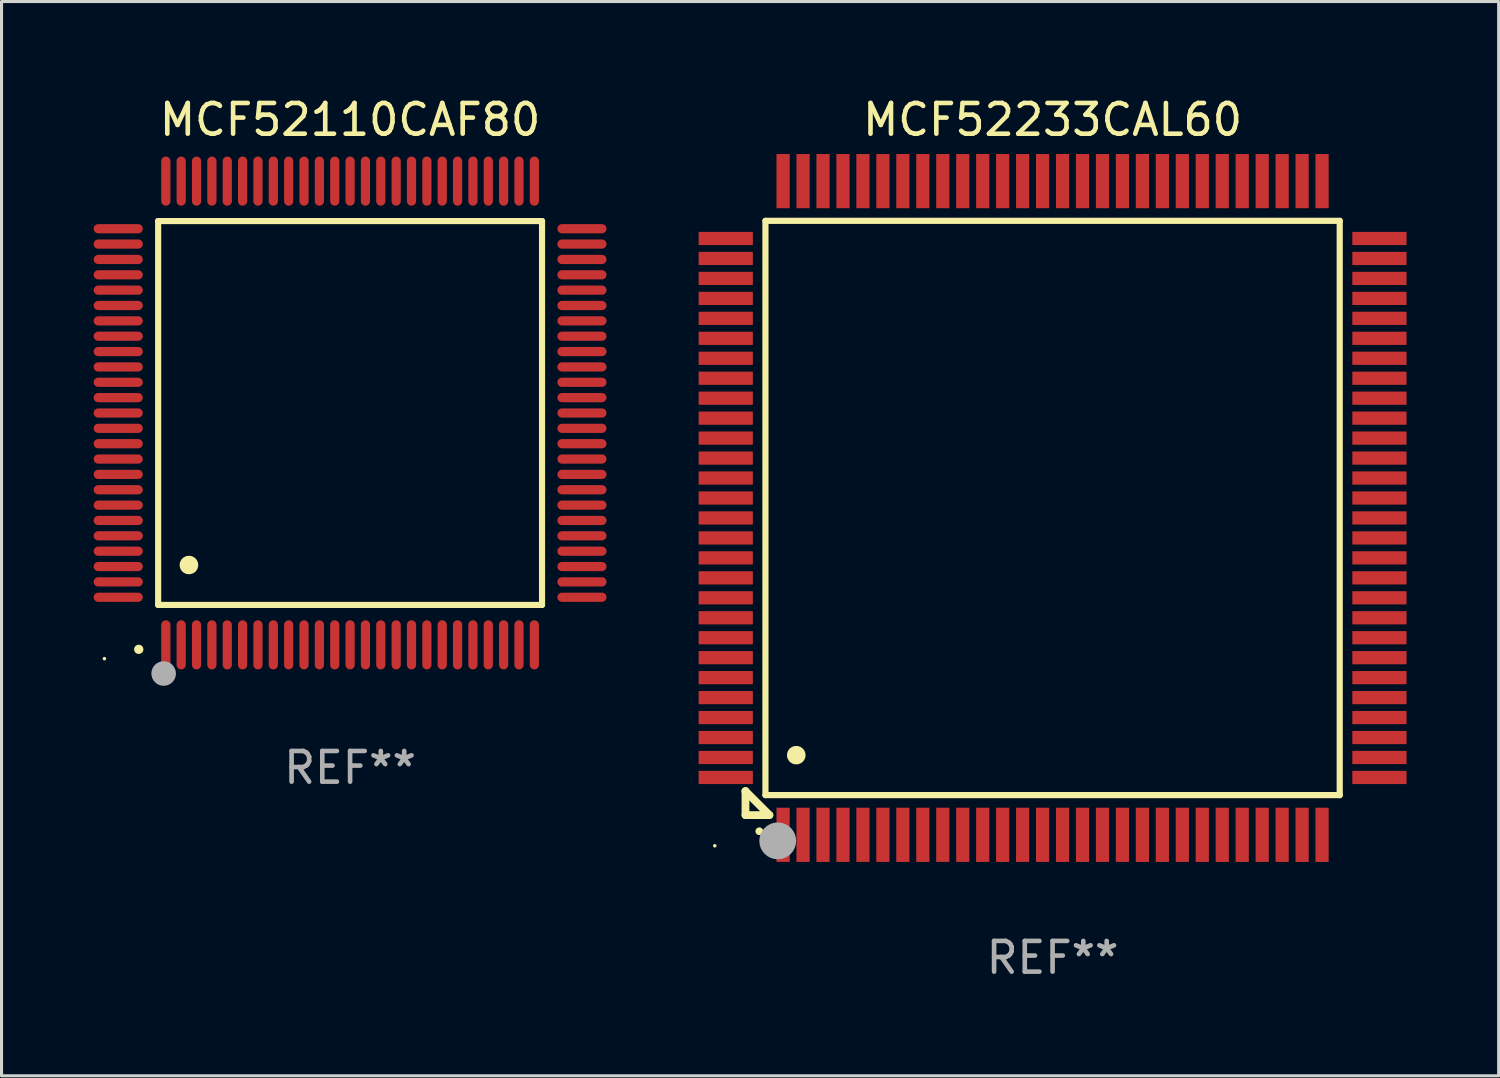
<source format=kicad_pcb>
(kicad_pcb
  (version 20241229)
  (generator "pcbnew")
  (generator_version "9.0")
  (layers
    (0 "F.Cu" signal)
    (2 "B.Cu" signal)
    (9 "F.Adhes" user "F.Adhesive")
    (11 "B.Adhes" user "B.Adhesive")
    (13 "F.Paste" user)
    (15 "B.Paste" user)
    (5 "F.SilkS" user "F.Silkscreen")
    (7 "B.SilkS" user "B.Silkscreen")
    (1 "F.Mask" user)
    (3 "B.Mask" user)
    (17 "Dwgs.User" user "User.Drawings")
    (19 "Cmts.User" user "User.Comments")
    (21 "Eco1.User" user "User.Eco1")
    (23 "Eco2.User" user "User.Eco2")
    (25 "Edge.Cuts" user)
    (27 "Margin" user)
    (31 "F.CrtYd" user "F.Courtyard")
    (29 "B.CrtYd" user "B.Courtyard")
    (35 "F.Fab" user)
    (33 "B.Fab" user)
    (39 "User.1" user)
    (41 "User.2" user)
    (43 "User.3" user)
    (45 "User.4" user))
  (footprint "MCF52110CAF80"
    (layer "F.Cu")
    (at 8.35 10.398)
    (property "Reference" "MCF52110CAF80" (at 0 -9.55 0) (layer "F.SilkS") (effects (font (size 1 1) (thickness 0.15))))
    (attr through_hole)
    (fp_line (start -6.25 -6.25) (end -6.25 6.25) (stroke (width 0.2) (type solid)) (layer "F.SilkS"))
    (fp_line (start -6.25 6.25) (end 6.25 6.25) (stroke (width 0.2) (type solid)) (layer "F.SilkS"))
    (fp_line (start 6.25 -6.25) (end -6.25 -6.25) (stroke (width 0.2) (type solid)) (layer "F.SilkS"))
    (fp_line (start 6.25 6.25) (end 6.25 -6.25) (stroke (width 0.2) (type solid)) (layer "F.SilkS"))
    (fp_arc (start -6.883414 7.696215) (mid -6.882144 7.69621) (end -6.880874 7.696215) (stroke (width 0.3) (type solid)) (layer "F.SilkS"))
    (fp_arc (start -5.250191 4.95047) (mid -5.247651 4.950459) (end -5.245111 4.95047) (stroke (width 0.6) (type solid)) (layer "F.SilkS"))
    (fp_circle (center -8 8) (end -7.97 8) (stroke (width 0.06) (type solid)) (fill no) (layer "F.SilkS"))
    (fp_circle (center -6.071 8.484) (end -5.871 8.484) (stroke (width 0.4) (type solid)) (fill no) (layer "F.Fab"))
    (fp_text user "REF**" (at 0 11.55 0) (layer "F.Fab") (effects (font (size 1 1) (thickness 0.15))))
    (pad "1" smd oval (at -6 7.55) (size 0.3 1.6) (layers "F.Cu" "F.Mask" "F.Paste"))
    (pad "2" smd oval (at -5.5 7.55) (size 0.3 1.6) (layers "F.Cu" "F.Mask" "F.Paste"))
    (pad "3" smd oval (at -5 7.55) (size 0.3 1.6) (layers "F.Cu" "F.Mask" "F.Paste"))
    (pad "4" smd oval (at -4.5 7.55) (size 0.3 1.6) (layers "F.Cu" "F.Mask" "F.Paste"))
    (pad "5" smd oval (at -4 7.55) (size 0.3 1.6) (layers "F.Cu" "F.Mask" "F.Paste"))
    (pad "6" smd oval (at -3.5 7.55) (size 0.3 1.6) (layers "F.Cu" "F.Mask" "F.Paste"))
    (pad "7" smd oval (at -3 7.55) (size 0.3 1.6) (layers "F.Cu" "F.Mask" "F.Paste"))
    (pad "8" smd oval (at -2.5 7.55) (size 0.3 1.6) (layers "F.Cu" "F.Mask" "F.Paste"))
    (pad "9" smd oval (at -2 7.55) (size 0.3 1.6) (layers "F.Cu" "F.Mask" "F.Paste"))
    (pad "10" smd oval (at -1.5 7.55) (size 0.3 1.6) (layers "F.Cu" "F.Mask" "F.Paste"))
    (pad "11" smd oval (at -1 7.55) (size 0.3 1.6) (layers "F.Cu" "F.Mask" "F.Paste"))
    (pad "12" smd oval (at -0.5 7.55) (size 0.3 1.6) (layers "F.Cu" "F.Mask" "F.Paste"))
    (pad "13" smd oval (at 0 7.55) (size 0.3 1.6) (layers "F.Cu" "F.Mask" "F.Paste"))
    (pad "14" smd oval (at 0.5 7.55) (size 0.3 1.6) (layers "F.Cu" "F.Mask" "F.Paste"))
    (pad "15" smd oval (at 1 7.55) (size 0.3 1.6) (layers "F.Cu" "F.Mask" "F.Paste"))
    (pad "16" smd oval (at 1.5 7.55) (size 0.3 1.6) (layers "F.Cu" "F.Mask" "F.Paste"))
    (pad "17" smd oval (at 2 7.55) (size 0.3 1.6) (layers "F.Cu" "F.Mask" "F.Paste"))
    (pad "18" smd oval (at 2.5 7.55) (size 0.3 1.6) (layers "F.Cu" "F.Mask" "F.Paste"))
    (pad "19" smd oval (at 3 7.55) (size 0.3 1.6) (layers "F.Cu" "F.Mask" "F.Paste"))
    (pad "20" smd oval (at 3.5 7.55) (size 0.3 1.6) (layers "F.Cu" "F.Mask" "F.Paste"))
    (pad "21" smd oval (at 4 7.55) (size 0.3 1.6) (layers "F.Cu" "F.Mask" "F.Paste"))
    (pad "22" smd oval (at 4.5 7.55) (size 0.3 1.6) (layers "F.Cu" "F.Mask" "F.Paste"))
    (pad "23" smd oval (at 5 7.55) (size 0.3 1.6) (layers "F.Cu" "F.Mask" "F.Paste"))
    (pad "24" smd oval (at 5.5 7.55) (size 0.3 1.6) (layers "F.Cu" "F.Mask" "F.Paste"))
    (pad "25" smd oval (at 6 7.55) (size 0.3 1.6) (layers "F.Cu" "F.Mask" "F.Paste"))
    (pad "26" smd oval (at 7.55 6) (size 1.6 0.3) (layers "F.Cu" "F.Mask" "F.Paste"))
    (pad "27" smd oval (at 7.55 5.5) (size 1.6 0.3) (layers "F.Cu" "F.Mask" "F.Paste"))
    (pad "28" smd oval (at 7.55 5) (size 1.6 0.3) (layers "F.Cu" "F.Mask" "F.Paste"))
    (pad "29" smd oval (at 7.55 4.5) (size 1.6 0.3) (layers "F.Cu" "F.Mask" "F.Paste"))
    (pad "30" smd oval (at 7.55 4) (size 1.6 0.3) (layers "F.Cu" "F.Mask" "F.Paste"))
    (pad "31" smd oval (at 7.55 3.5) (size 1.6 0.3) (layers "F.Cu" "F.Mask" "F.Paste"))
    (pad "32" smd oval (at 7.55 3) (size 1.6 0.3) (layers "F.Cu" "F.Mask" "F.Paste"))
    (pad "33" smd oval (at 7.55 2.5) (size 1.6 0.3) (layers "F.Cu" "F.Mask" "F.Paste"))
    (pad "34" smd oval (at 7.55 2) (size 1.6 0.3) (layers "F.Cu" "F.Mask" "F.Paste"))
    (pad "35" smd oval (at 7.55 1.5) (size 1.6 0.3) (layers "F.Cu" "F.Mask" "F.Paste"))
    (pad "36" smd oval (at 7.55 1) (size 1.6 0.3) (layers "F.Cu" "F.Mask" "F.Paste"))
    (pad "37" smd oval (at 7.55 0.5) (size 1.6 0.3) (layers "F.Cu" "F.Mask" "F.Paste"))
    (pad "38" smd oval (at 7.55 0) (size 1.6 0.3) (layers "F.Cu" "F.Mask" "F.Paste"))
    (pad "39" smd oval (at 7.55 -0.5) (size 1.6 0.3) (layers "F.Cu" "F.Mask" "F.Paste"))
    (pad "40" smd oval (at 7.55 -1) (size 1.6 0.3) (layers "F.Cu" "F.Mask" "F.Paste"))
    (pad "41" smd oval (at 7.55 -1.5) (size 1.6 0.3) (layers "F.Cu" "F.Mask" "F.Paste"))
    (pad "42" smd oval (at 7.55 -2) (size 1.6 0.3) (layers "F.Cu" "F.Mask" "F.Paste"))
    (pad "43" smd oval (at 7.55 -2.5) (size 1.6 0.3) (layers "F.Cu" "F.Mask" "F.Paste"))
    (pad "44" smd oval (at 7.55 -3) (size 1.6 0.3) (layers "F.Cu" "F.Mask" "F.Paste"))
    (pad "45" smd oval (at 7.55 -3.5) (size 1.6 0.3) (layers "F.Cu" "F.Mask" "F.Paste"))
    (pad "46" smd oval (at 7.55 -4) (size 1.6 0.3) (layers "F.Cu" "F.Mask" "F.Paste"))
    (pad "47" smd oval (at 7.55 -4.5) (size 1.6 0.3) (layers "F.Cu" "F.Mask" "F.Paste"))
    (pad "48" smd oval (at 7.55 -5) (size 1.6 0.3) (layers "F.Cu" "F.Mask" "F.Paste"))
    (pad "49" smd oval (at 7.55 -5.5) (size 1.6 0.3) (layers "F.Cu" "F.Mask" "F.Paste"))
    (pad "50" smd oval (at 7.55 -6) (size 1.6 0.3) (layers "F.Cu" "F.Mask" "F.Paste"))
    (pad "51" smd oval (at 6 -7.55) (size 0.3 1.6) (layers "F.Cu" "F.Mask" "F.Paste"))
    (pad "52" smd oval (at 5.5 -7.55) (size 0.3 1.6) (layers "F.Cu" "F.Mask" "F.Paste"))
    (pad "53" smd oval (at 5 -7.55) (size 0.3 1.6) (layers "F.Cu" "F.Mask" "F.Paste"))
    (pad "54" smd oval (at 4.5 -7.55) (size 0.3 1.6) (layers "F.Cu" "F.Mask" "F.Paste"))
    (pad "55" smd oval (at 4 -7.55) (size 0.3 1.6) (layers "F.Cu" "F.Mask" "F.Paste"))
    (pad "56" smd oval (at 3.5 -7.55) (size 0.3 1.6) (layers "F.Cu" "F.Mask" "F.Paste"))
    (pad "57" smd oval (at 3 -7.55) (size 0.3 1.6) (layers "F.Cu" "F.Mask" "F.Paste"))
    (pad "58" smd oval (at 2.5 -7.55) (size 0.3 1.6) (layers "F.Cu" "F.Mask" "F.Paste"))
    (pad "59" smd oval (at 2 -7.55) (size 0.3 1.6) (layers "F.Cu" "F.Mask" "F.Paste"))
    (pad "60" smd oval (at 1.5 -7.55) (size 0.3 1.6) (layers "F.Cu" "F.Mask" "F.Paste"))
    (pad "61" smd oval (at 1 -7.55) (size 0.3 1.6) (layers "F.Cu" "F.Mask" "F.Paste"))
    (pad "62" smd oval (at 0.5 -7.55) (size 0.3 1.6) (layers "F.Cu" "F.Mask" "F.Paste"))
    (pad "63" smd oval (at 0 -7.55) (size 0.3 1.6) (layers "F.Cu" "F.Mask" "F.Paste"))
    (pad "64" smd oval (at -0.5 -7.55) (size 0.3 1.6) (layers "F.Cu" "F.Mask" "F.Paste"))
    (pad "65" smd oval (at -1 -7.55) (size 0.3 1.6) (layers "F.Cu" "F.Mask" "F.Paste"))
    (pad "66" smd oval (at -1.5 -7.55) (size 0.3 1.6) (layers "F.Cu" "F.Mask" "F.Paste"))
    (pad "67" smd oval (at -2 -7.55) (size 0.3 1.6) (layers "F.Cu" "F.Mask" "F.Paste"))
    (pad "68" smd oval (at -2.5 -7.55) (size 0.3 1.6) (layers "F.Cu" "F.Mask" "F.Paste"))
    (pad "69" smd oval (at -3 -7.55) (size 0.3 1.6) (layers "F.Cu" "F.Mask" "F.Paste"))
    (pad "70" smd oval (at -3.5 -7.55) (size 0.3 1.6) (layers "F.Cu" "F.Mask" "F.Paste"))
    (pad "71" smd oval (at -4 -7.55) (size 0.3 1.6) (layers "F.Cu" "F.Mask" "F.Paste"))
    (pad "72" smd oval (at -4.5 -7.55) (size 0.3 1.6) (layers "F.Cu" "F.Mask" "F.Paste"))
    (pad "73" smd oval (at -5 -7.55) (size 0.3 1.6) (layers "F.Cu" "F.Mask" "F.Paste"))
    (pad "74" smd oval (at -5.5 -7.55) (size 0.3 1.6) (layers "F.Cu" "F.Mask" "F.Paste"))
    (pad "75" smd oval (at -6 -7.55) (size 0.3 1.6) (layers "F.Cu" "F.Mask" "F.Paste"))
    (pad "76" smd oval (at -7.55 -6) (size 1.6 0.3) (layers "F.Cu" "F.Mask" "F.Paste"))
    (pad "77" smd oval (at -7.55 -5.5) (size 1.6 0.3) (layers "F.Cu" "F.Mask" "F.Paste"))
    (pad "78" smd oval (at -7.55 -5) (size 1.6 0.3) (layers "F.Cu" "F.Mask" "F.Paste"))
    (pad "79" smd oval (at -7.55 -4.5) (size 1.6 0.3) (layers "F.Cu" "F.Mask" "F.Paste"))
    (pad "80" smd oval (at -7.55 -4) (size 1.6 0.3) (layers "F.Cu" "F.Mask" "F.Paste"))
    (pad "81" smd oval (at -7.55 -3.5) (size 1.6 0.3) (layers "F.Cu" "F.Mask" "F.Paste"))
    (pad "82" smd oval (at -7.55 -3) (size 1.6 0.3) (layers "F.Cu" "F.Mask" "F.Paste"))
    (pad "83" smd oval (at -7.55 -2.5) (size 1.6 0.3) (layers "F.Cu" "F.Mask" "F.Paste"))
    (pad "84" smd oval (at -7.55 -2) (size 1.6 0.3) (layers "F.Cu" "F.Mask" "F.Paste"))
    (pad "85" smd oval (at -7.55 -1.5) (size 1.6 0.3) (layers "F.Cu" "F.Mask" "F.Paste"))
    (pad "86" smd oval (at -7.55 -1) (size 1.6 0.3) (layers "F.Cu" "F.Mask" "F.Paste"))
    (pad "87" smd oval (at -7.55 -0.5) (size 1.6 0.3) (layers "F.Cu" "F.Mask" "F.Paste"))
    (pad "88" smd oval (at -7.55 0) (size 1.6 0.3) (layers "F.Cu" "F.Mask" "F.Paste"))
    (pad "89" smd oval (at -7.55 0.5) (size 1.6 0.3) (layers "F.Cu" "F.Mask" "F.Paste"))
    (pad "90" smd oval (at -7.55 1) (size 1.6 0.3) (layers "F.Cu" "F.Mask" "F.Paste"))
    (pad "91" smd oval (at -7.55 1.5) (size 1.6 0.3) (layers "F.Cu" "F.Mask" "F.Paste"))
    (pad "92" smd oval (at -7.55 2) (size 1.6 0.3) (layers "F.Cu" "F.Mask" "F.Paste"))
    (pad "93" smd oval (at -7.55 2.5) (size 1.6 0.3) (layers "F.Cu" "F.Mask" "F.Paste"))
    (pad "94" smd oval (at -7.55 3) (size 1.6 0.3) (layers "F.Cu" "F.Mask" "F.Paste"))
    (pad "95" smd oval (at -7.55 3.5) (size 1.6 0.3) (layers "F.Cu" "F.Mask" "F.Paste"))
    (pad "96" smd oval (at -7.55 4) (size 1.6 0.3) (layers "F.Cu" "F.Mask" "F.Paste"))
    (pad "97" smd oval (at -7.55 4.5) (size 1.6 0.3) (layers "F.Cu" "F.Mask" "F.Paste"))
    (pad "98" smd oval (at -7.55 5) (size 1.6 0.3) (layers "F.Cu" "F.Mask" "F.Paste"))
    (pad "99" smd oval (at -7.55 5.5) (size 1.6 0.3) (layers "F.Cu" "F.Mask" "F.Paste"))
    (pad "100" smd oval (at -7.55 6) (size 1.6 0.3) (layers "F.Cu" "F.Mask" "F.Paste")))
  (footprint "MCF52233CAL60"
    (layer "F.Cu")
    (at 31.225 13.491)
    (property "Reference" "MCF52233CAL60" (at 0 -12.643 0) (layer "F.SilkS") (effects (font (size 1 1) (thickness 0.15))))
    (attr through_hole)
    (fp_line (start -10 9.221) (end -10 9.221) (stroke (width 0.254) (type solid)) (layer "F.SilkS"))
    (fp_line (start -10 9.221) (end -10 10) (stroke (width 0.254) (type solid)) (layer "F.SilkS"))
    (fp_line (start -10 9.221) (end -9.221 10) (stroke (width 0.254) (type solid)) (layer "F.SilkS"))
    (fp_line (start -10 10) (end -9.221 10) (stroke (width 0.254) (type solid)) (layer "F.SilkS"))
    (fp_line (start -9.35 -9.35) (end -9.35 9.35) (stroke (width 0.201) (type solid)) (layer "F.SilkS"))
    (fp_line (start -9.35 9.35) (end 9.35 9.35) (stroke (width 0.201) (type solid)) (layer "F.SilkS"))
    (fp_line (start 9.35 -9.35) (end -9.35 -9.35) (stroke (width 0.201) (type solid)) (layer "F.SilkS"))
    (fp_line (start 9.35 9.35) (end 9.35 -9.35) (stroke (width 0.201) (type solid)) (layer "F.SilkS"))
    (fp_arc (start -9.550546 10.525832) (mid -9.549276 10.525826) (end -9.548006 10.525832) (stroke (width 0.24892) (type solid)) (layer "F.SilkS"))
    (fp_arc (start -8.349124 8.049327) (mid -8.346584 8.049316) (end -8.344044 8.049327) (stroke (width 0.599441) (type solid)) (layer "F.SilkS"))
    (fp_circle (center -11 11) (end -10.97 11) (stroke (width 0.06) (type solid)) (fill no) (layer "F.SilkS"))
    (fp_circle (center -8.95 10.84) (end -8.65 10.84) (stroke (width 0.6) (type solid)) (fill no) (layer "F.Fab"))
    (fp_text user "REF**" (at 0 14.643 0) (layer "F.Fab") (effects (font (size 1 1) (thickness 0.15))))
    (pad "1" smd rect (at -8.775 10.643) (size 0.43 1.765) (layers "F.Cu" "F.Mask" "F.Paste"))
    (pad "2" smd rect (at -8.125 10.643) (size 0.43 1.765) (layers "F.Cu" "F.Mask" "F.Paste"))
    (pad "3" smd rect (at -7.475 10.643) (size 0.43 1.765) (layers "F.Cu" "F.Mask" "F.Paste"))
    (pad "4" smd rect (at -6.825 10.643) (size 0.43 1.765) (layers "F.Cu" "F.Mask" "F.Paste"))
    (pad "5" smd rect (at -6.175 10.643) (size 0.43 1.765) (layers "F.Cu" "F.Mask" "F.Paste"))
    (pad "6" smd rect (at -5.525 10.643) (size 0.43 1.765) (layers "F.Cu" "F.Mask" "F.Paste"))
    (pad "7" smd rect (at -4.875 10.643) (size 0.43 1.765) (layers "F.Cu" "F.Mask" "F.Paste"))
    (pad "8" smd rect (at -4.225 10.643) (size 0.43 1.765) (layers "F.Cu" "F.Mask" "F.Paste"))
    (pad "9" smd rect (at -3.575 10.643) (size 0.43 1.765) (layers "F.Cu" "F.Mask" "F.Paste"))
    (pad "10" smd rect (at -2.925 10.643) (size 0.43 1.765) (layers "F.Cu" "F.Mask" "F.Paste"))
    (pad "11" smd rect (at -2.275 10.643) (size 0.43 1.765) (layers "F.Cu" "F.Mask" "F.Paste"))
    (pad "12" smd rect (at -1.625 10.643) (size 0.43 1.765) (layers "F.Cu" "F.Mask" "F.Paste"))
    (pad "13" smd rect (at -0.975 10.643) (size 0.43 1.765) (layers "F.Cu" "F.Mask" "F.Paste"))
    (pad "14" smd rect (at -0.325 10.643) (size 0.43 1.765) (layers "F.Cu" "F.Mask" "F.Paste"))
    (pad "15" smd rect (at 0.325 10.643) (size 0.43 1.765) (layers "F.Cu" "F.Mask" "F.Paste"))
    (pad "16" smd rect (at 0.975 10.643) (size 0.43 1.765) (layers "F.Cu" "F.Mask" "F.Paste"))
    (pad "17" smd rect (at 1.625 10.643) (size 0.43 1.765) (layers "F.Cu" "F.Mask" "F.Paste"))
    (pad "18" smd rect (at 2.275 10.643) (size 0.43 1.765) (layers "F.Cu" "F.Mask" "F.Paste"))
    (pad "19" smd rect (at 2.925 10.643) (size 0.43 1.765) (layers "F.Cu" "F.Mask" "F.Paste"))
    (pad "20" smd rect (at 3.575 10.643) (size 0.43 1.765) (layers "F.Cu" "F.Mask" "F.Paste"))
    (pad "21" smd rect (at 4.225 10.643) (size 0.43 1.765) (layers "F.Cu" "F.Mask" "F.Paste"))
    (pad "22" smd rect (at 4.875 10.643) (size 0.43 1.765) (layers "F.Cu" "F.Mask" "F.Paste"))
    (pad "23" smd rect (at 5.525 10.643) (size 0.43 1.765) (layers "F.Cu" "F.Mask" "F.Paste"))
    (pad "24" smd rect (at 6.175 10.643) (size 0.43 1.765) (layers "F.Cu" "F.Mask" "F.Paste"))
    (pad "25" smd rect (at 6.825 10.643) (size 0.43 1.765) (layers "F.Cu" "F.Mask" "F.Paste"))
    (pad "26" smd rect (at 7.475 10.643) (size 0.43 1.765) (layers "F.Cu" "F.Mask" "F.Paste"))
    (pad "27" smd rect (at 8.125 10.643) (size 0.43 1.765) (layers "F.Cu" "F.Mask" "F.Paste"))
    (pad "28" smd rect (at 8.775 10.643) (size 0.43 1.765) (layers "F.Cu" "F.Mask" "F.Paste"))
    (pad "29" smd rect (at 10.643 8.775) (size 1.765 0.43) (layers "F.Cu" "F.Mask" "F.Paste"))
    (pad "30" smd rect (at 10.643 8.125) (size 1.765 0.43) (layers "F.Cu" "F.Mask" "F.Paste"))
    (pad "31" smd rect (at 10.643 7.475) (size 1.765 0.43) (layers "F.Cu" "F.Mask" "F.Paste"))
    (pad "32" smd rect (at 10.643 6.825) (size 1.765 0.43) (layers "F.Cu" "F.Mask" "F.Paste"))
    (pad "33" smd rect (at 10.643 6.175) (size 1.765 0.43) (layers "F.Cu" "F.Mask" "F.Paste"))
    (pad "34" smd rect (at 10.643 5.525) (size 1.765 0.43) (layers "F.Cu" "F.Mask" "F.Paste"))
    (pad "35" smd rect (at 10.643 4.875) (size 1.765 0.43) (layers "F.Cu" "F.Mask" "F.Paste"))
    (pad "36" smd rect (at 10.643 4.225) (size 1.765 0.43) (layers "F.Cu" "F.Mask" "F.Paste"))
    (pad "37" smd rect (at 10.643 3.575) (size 1.765 0.43) (layers "F.Cu" "F.Mask" "F.Paste"))
    (pad "38" smd rect (at 10.643 2.925) (size 1.765 0.43) (layers "F.Cu" "F.Mask" "F.Paste"))
    (pad "39" smd rect (at 10.643 2.275) (size 1.765 0.43) (layers "F.Cu" "F.Mask" "F.Paste"))
    (pad "40" smd rect (at 10.643 1.625) (size 1.765 0.43) (layers "F.Cu" "F.Mask" "F.Paste"))
    (pad "41" smd rect (at 10.643 0.975) (size 1.765 0.43) (layers "F.Cu" "F.Mask" "F.Paste"))
    (pad "42" smd rect (at 10.643 0.325) (size 1.765 0.43) (layers "F.Cu" "F.Mask" "F.Paste"))
    (pad "43" smd rect (at 10.643 -0.325) (size 1.765 0.43) (layers "F.Cu" "F.Mask" "F.Paste"))
    (pad "44" smd rect (at 10.643 -0.975) (size 1.765 0.43) (layers "F.Cu" "F.Mask" "F.Paste"))
    (pad "45" smd rect (at 10.643 -1.625) (size 1.765 0.43) (layers "F.Cu" "F.Mask" "F.Paste"))
    (pad "46" smd rect (at 10.643 -2.275) (size 1.765 0.43) (layers "F.Cu" "F.Mask" "F.Paste"))
    (pad "47" smd rect (at 10.643 -2.925) (size 1.765 0.43) (layers "F.Cu" "F.Mask" "F.Paste"))
    (pad "48" smd rect (at 10.643 -3.575) (size 1.765 0.43) (layers "F.Cu" "F.Mask" "F.Paste"))
    (pad "49" smd rect (at 10.643 -4.225) (size 1.765 0.43) (layers "F.Cu" "F.Mask" "F.Paste"))
    (pad "50" smd rect (at 10.643 -4.875) (size 1.765 0.43) (layers "F.Cu" "F.Mask" "F.Paste"))
    (pad "51" smd rect (at 10.643 -5.525) (size 1.765 0.43) (layers "F.Cu" "F.Mask" "F.Paste"))
    (pad "52" smd rect (at 10.643 -6.175) (size 1.765 0.43) (layers "F.Cu" "F.Mask" "F.Paste"))
    (pad "53" smd rect (at 10.643 -6.825) (size 1.765 0.43) (layers "F.Cu" "F.Mask" "F.Paste"))
    (pad "54" smd rect (at 10.643 -7.475) (size 1.765 0.43) (layers "F.Cu" "F.Mask" "F.Paste"))
    (pad "55" smd rect (at 10.643 -8.125) (size 1.765 0.43) (layers "F.Cu" "F.Mask" "F.Paste"))
    (pad "56" smd rect (at 10.643 -8.775) (size 1.765 0.43) (layers "F.Cu" "F.Mask" "F.Paste"))
    (pad "57" smd rect (at 8.775 -10.643) (size 0.43 1.765) (layers "F.Cu" "F.Mask" "F.Paste"))
    (pad "58" smd rect (at 8.125 -10.643) (size 0.43 1.765) (layers "F.Cu" "F.Mask" "F.Paste"))
    (pad "59" smd rect (at 7.475 -10.643) (size 0.43 1.765) (layers "F.Cu" "F.Mask" "F.Paste"))
    (pad "60" smd rect (at 6.825 -10.643) (size 0.43 1.765) (layers "F.Cu" "F.Mask" "F.Paste"))
    (pad "61" smd rect (at 6.175 -10.643) (size 0.43 1.765) (layers "F.Cu" "F.Mask" "F.Paste"))
    (pad "62" smd rect (at 5.525 -10.643) (size 0.43 1.765) (layers "F.Cu" "F.Mask" "F.Paste"))
    (pad "63" smd rect (at 4.875 -10.643) (size 0.43 1.765) (layers "F.Cu" "F.Mask" "F.Paste"))
    (pad "64" smd rect (at 4.225 -10.643) (size 0.43 1.765) (layers "F.Cu" "F.Mask" "F.Paste"))
    (pad "65" smd rect (at 3.575 -10.643) (size 0.43 1.765) (layers "F.Cu" "F.Mask" "F.Paste"))
    (pad "66" smd rect (at 2.925 -10.643) (size 0.43 1.765) (layers "F.Cu" "F.Mask" "F.Paste"))
    (pad "67" smd rect (at 2.275 -10.643) (size 0.43 1.765) (layers "F.Cu" "F.Mask" "F.Paste"))
    (pad "68" smd rect (at 1.625 -10.643) (size 0.43 1.765) (layers "F.Cu" "F.Mask" "F.Paste"))
    (pad "69" smd rect (at 0.975 -10.643) (size 0.43 1.765) (layers "F.Cu" "F.Mask" "F.Paste"))
    (pad "70" smd rect (at 0.325 -10.643) (size 0.43 1.765) (layers "F.Cu" "F.Mask" "F.Paste"))
    (pad "71" smd rect (at -0.325 -10.643) (size 0.43 1.765) (layers "F.Cu" "F.Mask" "F.Paste"))
    (pad "72" smd rect (at -0.975 -10.643) (size 0.43 1.765) (layers "F.Cu" "F.Mask" "F.Paste"))
    (pad "73" smd rect (at -1.625 -10.643) (size 0.43 1.765) (layers "F.Cu" "F.Mask" "F.Paste"))
    (pad "74" smd rect (at -2.275 -10.643) (size 0.43 1.765) (layers "F.Cu" "F.Mask" "F.Paste"))
    (pad "75" smd rect (at -2.925 -10.643) (size 0.43 1.765) (layers "F.Cu" "F.Mask" "F.Paste"))
    (pad "76" smd rect (at -3.575 -10.643) (size 0.43 1.765) (layers "F.Cu" "F.Mask" "F.Paste"))
    (pad "77" smd rect (at -4.225 -10.643) (size 0.43 1.765) (layers "F.Cu" "F.Mask" "F.Paste"))
    (pad "78" smd rect (at -4.875 -10.643) (size 0.43 1.765) (layers "F.Cu" "F.Mask" "F.Paste"))
    (pad "79" smd rect (at -5.525 -10.643) (size 0.43 1.765) (layers "F.Cu" "F.Mask" "F.Paste"))
    (pad "80" smd rect (at -6.175 -10.643) (size 0.43 1.765) (layers "F.Cu" "F.Mask" "F.Paste"))
    (pad "81" smd rect (at -6.825 -10.643) (size 0.43 1.765) (layers "F.Cu" "F.Mask" "F.Paste"))
    (pad "82" smd rect (at -7.475 -10.643) (size 0.43 1.765) (layers "F.Cu" "F.Mask" "F.Paste"))
    (pad "83" smd rect (at -8.125 -10.643) (size 0.43 1.765) (layers "F.Cu" "F.Mask" "F.Paste"))
    (pad "84" smd rect (at -8.775 -10.643) (size 0.43 1.765) (layers "F.Cu" "F.Mask" "F.Paste"))
    (pad "85" smd rect (at -10.643 -8.775) (size 1.765 0.43) (layers "F.Cu" "F.Mask" "F.Paste"))
    (pad "86" smd rect (at -10.643 -8.125) (size 1.765 0.43) (layers "F.Cu" "F.Mask" "F.Paste"))
    (pad "87" smd rect (at -10.643 -7.475) (size 1.765 0.43) (layers "F.Cu" "F.Mask" "F.Paste"))
    (pad "88" smd rect (at -10.643 -6.825) (size 1.765 0.43) (layers "F.Cu" "F.Mask" "F.Paste"))
    (pad "89" smd rect (at -10.643 -6.175) (size 1.765 0.43) (layers "F.Cu" "F.Mask" "F.Paste"))
    (pad "90" smd rect (at -10.643 -5.525) (size 1.765 0.43) (layers "F.Cu" "F.Mask" "F.Paste"))
    (pad "91" smd rect (at -10.643 -4.875) (size 1.765 0.43) (layers "F.Cu" "F.Mask" "F.Paste"))
    (pad "92" smd rect (at -10.643 -4.225) (size 1.765 0.43) (layers "F.Cu" "F.Mask" "F.Paste"))
    (pad "93" smd rect (at -10.643 -3.575) (size 1.765 0.43) (layers "F.Cu" "F.Mask" "F.Paste"))
    (pad "94" smd rect (at -10.643 -2.925) (size 1.765 0.43) (layers "F.Cu" "F.Mask" "F.Paste"))
    (pad "95" smd rect (at -10.643 -2.275) (size 1.765 0.43) (layers "F.Cu" "F.Mask" "F.Paste"))
    (pad "96" smd rect (at -10.643 -1.625) (size 1.765 0.43) (layers "F.Cu" "F.Mask" "F.Paste"))
    (pad "97" smd rect (at -10.643 -0.975) (size 1.765 0.43) (layers "F.Cu" "F.Mask" "F.Paste"))
    (pad "98" smd rect (at -10.643 -0.325) (size 1.765 0.43) (layers "F.Cu" "F.Mask" "F.Paste"))
    (pad "99" smd rect (at -10.643 0.325) (size 1.765 0.43) (layers "F.Cu" "F.Mask" "F.Paste"))
    (pad "100" smd rect (at -10.643 0.975) (size 1.765 0.43) (layers "F.Cu" "F.Mask" "F.Paste"))
    (pad "101" smd rect (at -10.643 1.625) (size 1.765 0.43) (layers "F.Cu" "F.Mask" "F.Paste"))
    (pad "102" smd rect (at -10.643 2.275) (size 1.765 0.43) (layers "F.Cu" "F.Mask" "F.Paste"))
    (pad "103" smd rect (at -10.643 2.925) (size 1.765 0.43) (layers "F.Cu" "F.Mask" "F.Paste"))
    (pad "104" smd rect (at -10.643 3.575) (size 1.765 0.43) (layers "F.Cu" "F.Mask" "F.Paste"))
    (pad "105" smd rect (at -10.643 4.225) (size 1.765 0.43) (layers "F.Cu" "F.Mask" "F.Paste"))
    (pad "106" smd rect (at -10.643 4.875) (size 1.765 0.43) (layers "F.Cu" "F.Mask" "F.Paste"))
    (pad "107" smd rect (at -10.643 5.525) (size 1.765 0.43) (layers "F.Cu" "F.Mask" "F.Paste"))
    (pad "108" smd rect (at -10.643 6.175) (size 1.765 0.43) (layers "F.Cu" "F.Mask" "F.Paste"))
    (pad "109" smd rect (at -10.643 6.825) (size 1.765 0.43) (layers "F.Cu" "F.Mask" "F.Paste"))
    (pad "110" smd rect (at -10.643 7.475) (size 1.765 0.43) (layers "F.Cu" "F.Mask" "F.Paste"))
    (pad "111" smd rect (at -10.643 8.125) (size 1.765 0.43) (layers "F.Cu" "F.Mask" "F.Paste"))
    (pad "112" smd rect (at -10.643 8.775) (size 1.765 0.43) (layers "F.Cu" "F.Mask" "F.Paste")))
  (gr_rect
    (start -3 -3)
    (end 45.75 31.982)
    (stroke (width 0.1) (type default))
    (fill no)
    (layer "Edge.Cuts")))
</source>
